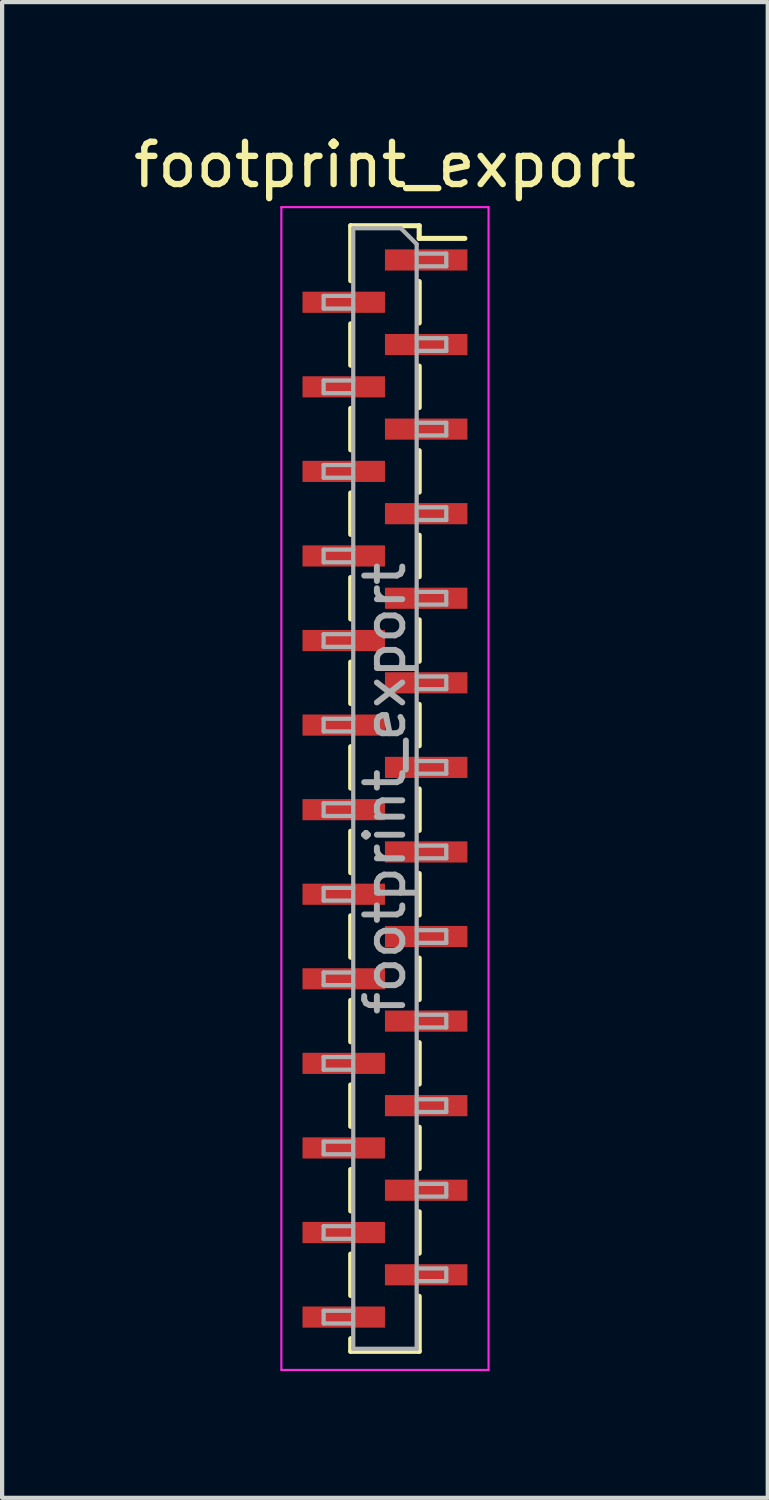
<source format=kicad_pcb>
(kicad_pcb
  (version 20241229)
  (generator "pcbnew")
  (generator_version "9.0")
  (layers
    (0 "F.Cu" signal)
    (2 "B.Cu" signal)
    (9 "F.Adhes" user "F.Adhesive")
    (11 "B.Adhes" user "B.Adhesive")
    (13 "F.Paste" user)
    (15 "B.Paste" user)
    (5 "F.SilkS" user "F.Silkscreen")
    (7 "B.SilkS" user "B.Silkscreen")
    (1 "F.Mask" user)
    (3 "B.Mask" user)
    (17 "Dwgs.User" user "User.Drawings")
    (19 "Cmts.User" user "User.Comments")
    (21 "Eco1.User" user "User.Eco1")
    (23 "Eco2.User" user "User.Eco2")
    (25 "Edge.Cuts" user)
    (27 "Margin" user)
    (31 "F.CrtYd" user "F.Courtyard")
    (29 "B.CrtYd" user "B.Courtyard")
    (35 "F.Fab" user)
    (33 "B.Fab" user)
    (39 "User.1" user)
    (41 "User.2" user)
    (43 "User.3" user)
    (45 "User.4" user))
  (footprint "footprint_export"
    (layer "F.Cu")
    (at 6.054 15.598)
    (property "Reference" "footprint_export" (at 0 -14.75 0) (layer "F.SilkS") (effects (font (size 1 1) (thickness 0.15))))
    (attr smd)
    (fp_line (start -0.81 -13.31) (end -0.81 -12.01) (stroke (width 0.12) (type solid)) (layer "F.SilkS"))
    (fp_line (start -0.81 -13.31) (end 0.81 -13.31) (stroke (width 0.12) (type solid)) (layer "F.SilkS"))
    (fp_line (start -0.81 -10.99) (end -0.81 -10.01) (stroke (width 0.12) (type solid)) (layer "F.SilkS"))
    (fp_line (start -0.81 -8.99) (end -0.81 -8.01) (stroke (width 0.12) (type solid)) (layer "F.SilkS"))
    (fp_line (start -0.81 -6.99) (end -0.81 -6.01) (stroke (width 0.12) (type solid)) (layer "F.SilkS"))
    (fp_line (start -0.81 -4.99) (end -0.81 -4.01) (stroke (width 0.12) (type solid)) (layer "F.SilkS"))
    (fp_line (start -0.81 -2.99) (end -0.81 -2.01) (stroke (width 0.12) (type solid)) (layer "F.SilkS"))
    (fp_line (start -0.81 -0.99) (end -0.81 -0.01) (stroke (width 0.12) (type solid)) (layer "F.SilkS"))
    (fp_line (start -0.81 1.01) (end -0.81 1.99) (stroke (width 0.12) (type solid)) (layer "F.SilkS"))
    (fp_line (start -0.81 3.01) (end -0.81 3.99) (stroke (width 0.12) (type solid)) (layer "F.SilkS"))
    (fp_line (start -0.81 5.01) (end -0.81 5.99) (stroke (width 0.12) (type solid)) (layer "F.SilkS"))
    (fp_line (start -0.81 7.01) (end -0.81 7.99) (stroke (width 0.12) (type solid)) (layer "F.SilkS"))
    (fp_line (start -0.81 9.01) (end -0.81 9.99) (stroke (width 0.12) (type solid)) (layer "F.SilkS"))
    (fp_line (start -0.81 11.01) (end -0.81 11.99) (stroke (width 0.12) (type solid)) (layer "F.SilkS"))
    (fp_line (start -0.81 13.01) (end -0.81 13.31) (stroke (width 0.12) (type solid)) (layer "F.SilkS"))
    (fp_line (start -0.81 13.31) (end 0.81 13.31) (stroke (width 0.12) (type solid)) (layer "F.SilkS"))
    (fp_line (start 0.81 -13.31) (end 0.81 -13.01) (stroke (width 0.12) (type solid)) (layer "F.SilkS"))
    (fp_line (start 0.81 -13.01) (end 1.89 -13.01) (stroke (width 0.12) (type solid)) (layer "F.SilkS"))
    (fp_line (start 0.81 -11.99) (end 0.81 -11.01) (stroke (width 0.12) (type solid)) (layer "F.SilkS"))
    (fp_line (start 0.81 -9.99) (end 0.81 -9.01) (stroke (width 0.12) (type solid)) (layer "F.SilkS"))
    (fp_line (start 0.81 -7.99) (end 0.81 -7.01) (stroke (width 0.12) (type solid)) (layer "F.SilkS"))
    (fp_line (start 0.81 -5.99) (end 0.81 -5.01) (stroke (width 0.12) (type solid)) (layer "F.SilkS"))
    (fp_line (start 0.81 -3.99) (end 0.81 -3.01) (stroke (width 0.12) (type solid)) (layer "F.SilkS"))
    (fp_line (start 0.81 -1.99) (end 0.81 -1.01) (stroke (width 0.12) (type solid)) (layer "F.SilkS"))
    (fp_line (start 0.81 0.01) (end 0.81 0.99) (stroke (width 0.12) (type solid)) (layer "F.SilkS"))
    (fp_line (start 0.81 2.01) (end 0.81 2.99) (stroke (width 0.12) (type solid)) (layer "F.SilkS"))
    (fp_line (start 0.81 4.01) (end 0.81 4.99) (stroke (width 0.12) (type solid)) (layer "F.SilkS"))
    (fp_line (start 0.81 6.01) (end 0.81 6.99) (stroke (width 0.12) (type solid)) (layer "F.SilkS"))
    (fp_line (start 0.81 8.01) (end 0.81 8.99) (stroke (width 0.12) (type solid)) (layer "F.SilkS"))
    (fp_line (start 0.81 10.01) (end 0.81 10.99) (stroke (width 0.12) (type solid)) (layer "F.SilkS"))
    (fp_line (start 0.81 12.01) (end 0.81 13.31) (stroke (width 0.12) (type solid)) (layer "F.SilkS"))
    (fp_line (start -2.45 -13.75) (end 2.45 -13.75) (stroke (width 0.05) (type solid)) (layer "F.CrtYd"))
    (fp_line (start -2.45 13.75) (end -2.45 -13.75) (stroke (width 0.05) (type solid)) (layer "F.CrtYd"))
    (fp_line (start 2.45 -13.75) (end 2.45 13.75) (stroke (width 0.05) (type solid)) (layer "F.CrtYd"))
    (fp_line (start 2.45 13.75) (end -2.45 13.75) (stroke (width 0.05) (type solid)) (layer "F.CrtYd"))
    (fp_line (start -1.45 -11.65) (end -0.75 -11.65) (stroke (width 0.1) (type solid)) (layer "F.Fab"))
    (fp_line (start -1.45 -11.35) (end -1.45 -11.65) (stroke (width 0.1) (type solid)) (layer "F.Fab"))
    (fp_line (start -1.45 -9.65) (end -0.75 -9.65) (stroke (width 0.1) (type solid)) (layer "F.Fab"))
    (fp_line (start -1.45 -9.35) (end -1.45 -9.65) (stroke (width 0.1) (type solid)) (layer "F.Fab"))
    (fp_line (start -1.45 -7.65) (end -0.75 -7.65) (stroke (width 0.1) (type solid)) (layer "F.Fab"))
    (fp_line (start -1.45 -7.35) (end -1.45 -7.65) (stroke (width 0.1) (type solid)) (layer "F.Fab"))
    (fp_line (start -1.45 -5.65) (end -0.75 -5.65) (stroke (width 0.1) (type solid)) (layer "F.Fab"))
    (fp_line (start -1.45 -5.35) (end -1.45 -5.65) (stroke (width 0.1) (type solid)) (layer "F.Fab"))
    (fp_line (start -1.45 -3.65) (end -0.75 -3.65) (stroke (width 0.1) (type solid)) (layer "F.Fab"))
    (fp_line (start -1.45 -3.35) (end -1.45 -3.65) (stroke (width 0.1) (type solid)) (layer "F.Fab"))
    (fp_line (start -1.45 -1.65) (end -0.75 -1.65) (stroke (width 0.1) (type solid)) (layer "F.Fab"))
    (fp_line (start -1.45 -1.35) (end -1.45 -1.65) (stroke (width 0.1) (type solid)) (layer "F.Fab"))
    (fp_line (start -1.45 0.35) (end -0.75 0.35) (stroke (width 0.1) (type solid)) (layer "F.Fab"))
    (fp_line (start -1.45 0.65) (end -1.45 0.35) (stroke (width 0.1) (type solid)) (layer "F.Fab"))
    (fp_line (start -1.45 2.35) (end -0.75 2.35) (stroke (width 0.1) (type solid)) (layer "F.Fab"))
    (fp_line (start -1.45 2.65) (end -1.45 2.35) (stroke (width 0.1) (type solid)) (layer "F.Fab"))
    (fp_line (start -1.45 4.35) (end -0.75 4.35) (stroke (width 0.1) (type solid)) (layer "F.Fab"))
    (fp_line (start -1.45 4.65) (end -1.45 4.35) (stroke (width 0.1) (type solid)) (layer "F.Fab"))
    (fp_line (start -1.45 6.35) (end -0.75 6.35) (stroke (width 0.1) (type solid)) (layer "F.Fab"))
    (fp_line (start -1.45 6.65) (end -1.45 6.35) (stroke (width 0.1) (type solid)) (layer "F.Fab"))
    (fp_line (start -1.45 8.35) (end -0.75 8.35) (stroke (width 0.1) (type solid)) (layer "F.Fab"))
    (fp_line (start -1.45 8.65) (end -1.45 8.35) (stroke (width 0.1) (type solid)) (layer "F.Fab"))
    (fp_line (start -1.45 10.35) (end -0.75 10.35) (stroke (width 0.1) (type solid)) (layer "F.Fab"))
    (fp_line (start -1.45 10.65) (end -1.45 10.35) (stroke (width 0.1) (type solid)) (layer "F.Fab"))
    (fp_line (start -1.45 12.35) (end -0.75 12.35) (stroke (width 0.1) (type solid)) (layer "F.Fab"))
    (fp_line (start -1.45 12.65) (end -1.45 12.35) (stroke (width 0.1) (type solid)) (layer "F.Fab"))
    (fp_line (start -0.75 -13.25) (end 0.375 -13.25) (stroke (width 0.1) (type solid)) (layer "F.Fab"))
    (fp_line (start -0.75 -11.35) (end -1.45 -11.35) (stroke (width 0.1) (type solid)) (layer "F.Fab"))
    (fp_line (start -0.75 -9.35) (end -1.45 -9.35) (stroke (width 0.1) (type solid)) (layer "F.Fab"))
    (fp_line (start -0.75 -7.35) (end -1.45 -7.35) (stroke (width 0.1) (type solid)) (layer "F.Fab"))
    (fp_line (start -0.75 -5.35) (end -1.45 -5.35) (stroke (width 0.1) (type solid)) (layer "F.Fab"))
    (fp_line (start -0.75 -3.35) (end -1.45 -3.35) (stroke (width 0.1) (type solid)) (layer "F.Fab"))
    (fp_line (start -0.75 -1.35) (end -1.45 -1.35) (stroke (width 0.1) (type solid)) (layer "F.Fab"))
    (fp_line (start -0.75 0.65) (end -1.45 0.65) (stroke (width 0.1) (type solid)) (layer "F.Fab"))
    (fp_line (start -0.75 2.65) (end -1.45 2.65) (stroke (width 0.1) (type solid)) (layer "F.Fab"))
    (fp_line (start -0.75 4.65) (end -1.45 4.65) (stroke (width 0.1) (type solid)) (layer "F.Fab"))
    (fp_line (start -0.75 6.65) (end -1.45 6.65) (stroke (width 0.1) (type solid)) (layer "F.Fab"))
    (fp_line (start -0.75 8.65) (end -1.45 8.65) (stroke (width 0.1) (type solid)) (layer "F.Fab"))
    (fp_line (start -0.75 10.65) (end -1.45 10.65) (stroke (width 0.1) (type solid)) (layer "F.Fab"))
    (fp_line (start -0.75 12.65) (end -1.45 12.65) (stroke (width 0.1) (type solid)) (layer "F.Fab"))
    (fp_line (start -0.75 13.25) (end -0.75 -13.25) (stroke (width 0.1) (type solid)) (layer "F.Fab"))
    (fp_line (start 0.375 -13.25) (end 0.75 -12.875) (stroke (width 0.1) (type solid)) (layer "F.Fab"))
    (fp_line (start 0.75 -12.875) (end 0.75 13.25) (stroke (width 0.1) (type solid)) (layer "F.Fab"))
    (fp_line (start 0.75 -12.65) (end 1.45 -12.65) (stroke (width 0.1) (type solid)) (layer "F.Fab"))
    (fp_line (start 0.75 -10.65) (end 1.45 -10.65) (stroke (width 0.1) (type solid)) (layer "F.Fab"))
    (fp_line (start 0.75 -8.65) (end 1.45 -8.65) (stroke (width 0.1) (type solid)) (layer "F.Fab"))
    (fp_line (start 0.75 -6.65) (end 1.45 -6.65) (stroke (width 0.1) (type solid)) (layer "F.Fab"))
    (fp_line (start 0.75 -4.65) (end 1.45 -4.65) (stroke (width 0.1) (type solid)) (layer "F.Fab"))
    (fp_line (start 0.75 -2.65) (end 1.45 -2.65) (stroke (width 0.1) (type solid)) (layer "F.Fab"))
    (fp_line (start 0.75 -0.65) (end 1.45 -0.65) (stroke (width 0.1) (type solid)) (layer "F.Fab"))
    (fp_line (start 0.75 1.35) (end 1.45 1.35) (stroke (width 0.1) (type solid)) (layer "F.Fab"))
    (fp_line (start 0.75 3.35) (end 1.45 3.35) (stroke (width 0.1) (type solid)) (layer "F.Fab"))
    (fp_line (start 0.75 5.35) (end 1.45 5.35) (stroke (width 0.1) (type solid)) (layer "F.Fab"))
    (fp_line (start 0.75 7.35) (end 1.45 7.35) (stroke (width 0.1) (type solid)) (layer "F.Fab"))
    (fp_line (start 0.75 9.35) (end 1.45 9.35) (stroke (width 0.1) (type solid)) (layer "F.Fab"))
    (fp_line (start 0.75 11.35) (end 1.45 11.35) (stroke (width 0.1) (type solid)) (layer "F.Fab"))
    (fp_line (start 0.75 13.25) (end -0.75 13.25) (stroke (width 0.1) (type solid)) (layer "F.Fab"))
    (fp_line (start 1.45 -12.65) (end 1.45 -12.35) (stroke (width 0.1) (type solid)) (layer "F.Fab"))
    (fp_line (start 1.45 -12.35) (end 0.75 -12.35) (stroke (width 0.1) (type solid)) (layer "F.Fab"))
    (fp_line (start 1.45 -10.65) (end 1.45 -10.35) (stroke (width 0.1) (type solid)) (layer "F.Fab"))
    (fp_line (start 1.45 -10.35) (end 0.75 -10.35) (stroke (width 0.1) (type solid)) (layer "F.Fab"))
    (fp_line (start 1.45 -8.65) (end 1.45 -8.35) (stroke (width 0.1) (type solid)) (layer "F.Fab"))
    (fp_line (start 1.45 -8.35) (end 0.75 -8.35) (stroke (width 0.1) (type solid)) (layer "F.Fab"))
    (fp_line (start 1.45 -6.65) (end 1.45 -6.35) (stroke (width 0.1) (type solid)) (layer "F.Fab"))
    (fp_line (start 1.45 -6.35) (end 0.75 -6.35) (stroke (width 0.1) (type solid)) (layer "F.Fab"))
    (fp_line (start 1.45 -4.65) (end 1.45 -4.35) (stroke (width 0.1) (type solid)) (layer "F.Fab"))
    (fp_line (start 1.45 -4.35) (end 0.75 -4.35) (stroke (width 0.1) (type solid)) (layer "F.Fab"))
    (fp_line (start 1.45 -2.65) (end 1.45 -2.35) (stroke (width 0.1) (type solid)) (layer "F.Fab"))
    (fp_line (start 1.45 -2.35) (end 0.75 -2.35) (stroke (width 0.1) (type solid)) (layer "F.Fab"))
    (fp_line (start 1.45 -0.65) (end 1.45 -0.35) (stroke (width 0.1) (type solid)) (layer "F.Fab"))
    (fp_line (start 1.45 -0.35) (end 0.75 -0.35) (stroke (width 0.1) (type solid)) (layer "F.Fab"))
    (fp_line (start 1.45 1.35) (end 1.45 1.65) (stroke (width 0.1) (type solid)) (layer "F.Fab"))
    (fp_line (start 1.45 1.65) (end 0.75 1.65) (stroke (width 0.1) (type solid)) (layer "F.Fab"))
    (fp_line (start 1.45 3.35) (end 1.45 3.65) (stroke (width 0.1) (type solid)) (layer "F.Fab"))
    (fp_line (start 1.45 3.65) (end 0.75 3.65) (stroke (width 0.1) (type solid)) (layer "F.Fab"))
    (fp_line (start 1.45 5.35) (end 1.45 5.65) (stroke (width 0.1) (type solid)) (layer "F.Fab"))
    (fp_line (start 1.45 5.65) (end 0.75 5.65) (stroke (width 0.1) (type solid)) (layer "F.Fab"))
    (fp_line (start 1.45 7.35) (end 1.45 7.65) (stroke (width 0.1) (type solid)) (layer "F.Fab"))
    (fp_line (start 1.45 7.65) (end 0.75 7.65) (stroke (width 0.1) (type solid)) (layer "F.Fab"))
    (fp_line (start 1.45 9.35) (end 1.45 9.65) (stroke (width 0.1) (type solid)) (layer "F.Fab"))
    (fp_line (start 1.45 9.65) (end 0.75 9.65) (stroke (width 0.1) (type solid)) (layer "F.Fab"))
    (fp_line (start 1.45 11.35) (end 1.45 11.65) (stroke (width 0.1) (type solid)) (layer "F.Fab"))
    (fp_line (start 1.45 11.65) (end 0.75 11.65) (stroke (width 0.1) (type solid)) (layer "F.Fab"))
    (fp_text user "${REFERENCE}" (at 0 0 90) (layer "F.Fab") (effects (font (size 0.9 0.9) (thickness 0.14))))
    (pad "1" smd rect (at 0.975 -12.5) (size 1.95 0.5) (layers "F.Cu" "F.Mask" "F.Paste"))
    (pad "2" smd rect (at -0.975 -11.5) (size 1.95 0.5) (layers "F.Cu" "F.Mask" "F.Paste"))
    (pad "3" smd rect (at 0.975 -10.5) (size 1.95 0.5) (layers "F.Cu" "F.Mask" "F.Paste"))
    (pad "4" smd rect (at -0.975 -9.5) (size 1.95 0.5) (layers "F.Cu" "F.Mask" "F.Paste"))
    (pad "5" smd rect (at 0.975 -8.5) (size 1.95 0.5) (layers "F.Cu" "F.Mask" "F.Paste"))
    (pad "6" smd rect (at -0.975 -7.5) (size 1.95 0.5) (layers "F.Cu" "F.Mask" "F.Paste"))
    (pad "7" smd rect (at 0.975 -6.5) (size 1.95 0.5) (layers "F.Cu" "F.Mask" "F.Paste"))
    (pad "8" smd rect (at -0.975 -5.5) (size 1.95 0.5) (layers "F.Cu" "F.Mask" "F.Paste"))
    (pad "9" smd rect (at 0.975 -4.5) (size 1.95 0.5) (layers "F.Cu" "F.Mask" "F.Paste"))
    (pad "10" smd rect (at -0.975 -3.5) (size 1.95 0.5) (layers "F.Cu" "F.Mask" "F.Paste"))
    (pad "11" smd rect (at 0.975 -2.5) (size 1.95 0.5) (layers "F.Cu" "F.Mask" "F.Paste"))
    (pad "12" smd rect (at -0.975 -1.5) (size 1.95 0.5) (layers "F.Cu" "F.Mask" "F.Paste"))
    (pad "13" smd rect (at 0.975 -0.5) (size 1.95 0.5) (layers "F.Cu" "F.Mask" "F.Paste"))
    (pad "14" smd rect (at -0.975 0.5) (size 1.95 0.5) (layers "F.Cu" "F.Mask" "F.Paste"))
    (pad "15" smd rect (at 0.975 1.5) (size 1.95 0.5) (layers "F.Cu" "F.Mask" "F.Paste"))
    (pad "16" smd rect (at -0.975 2.5) (size 1.95 0.5) (layers "F.Cu" "F.Mask" "F.Paste"))
    (pad "17" smd rect (at 0.975 3.5) (size 1.95 0.5) (layers "F.Cu" "F.Mask" "F.Paste"))
    (pad "18" smd rect (at -0.975 4.5) (size 1.95 0.5) (layers "F.Cu" "F.Mask" "F.Paste"))
    (pad "19" smd rect (at 0.975 5.5) (size 1.95 0.5) (layers "F.Cu" "F.Mask" "F.Paste"))
    (pad "20" smd rect (at -0.975 6.5) (size 1.95 0.5) (layers "F.Cu" "F.Mask" "F.Paste"))
    (pad "21" smd rect (at 0.975 7.5) (size 1.95 0.5) (layers "F.Cu" "F.Mask" "F.Paste"))
    (pad "22" smd rect (at -0.975 8.5) (size 1.95 0.5) (layers "F.Cu" "F.Mask" "F.Paste"))
    (pad "23" smd rect (at 0.975 9.5) (size 1.95 0.5) (layers "F.Cu" "F.Mask" "F.Paste"))
    (pad "24" smd rect (at -0.975 10.5) (size 1.95 0.5) (layers "F.Cu" "F.Mask" "F.Paste"))
    (pad "25" smd rect (at 0.975 11.5) (size 1.95 0.5) (layers "F.Cu" "F.Mask" "F.Paste"))
    (pad "26" smd rect (at -0.975 12.5) (size 1.95 0.5) (layers "F.Cu" "F.Mask" "F.Paste")))
  (gr_rect
    (start -3 -3)
    (end 15.107 32.373)
    (stroke (width 0.1) (type default))
    (fill no)
    (layer "Edge.Cuts")))
</source>
